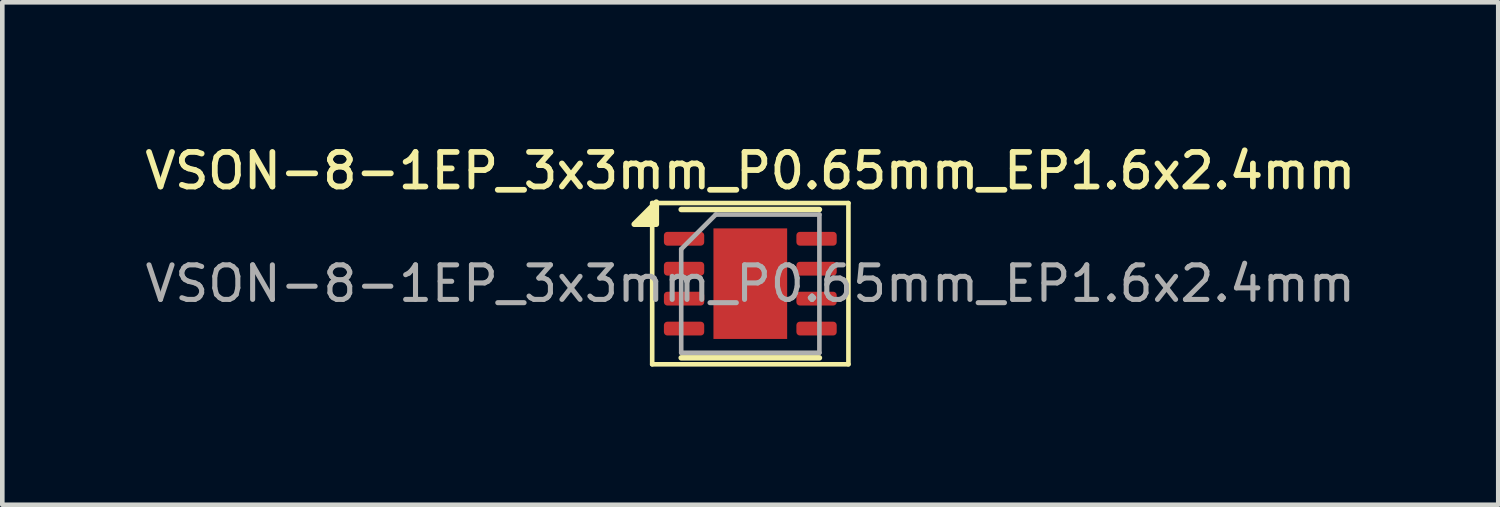
<source format=kicad_pcb>
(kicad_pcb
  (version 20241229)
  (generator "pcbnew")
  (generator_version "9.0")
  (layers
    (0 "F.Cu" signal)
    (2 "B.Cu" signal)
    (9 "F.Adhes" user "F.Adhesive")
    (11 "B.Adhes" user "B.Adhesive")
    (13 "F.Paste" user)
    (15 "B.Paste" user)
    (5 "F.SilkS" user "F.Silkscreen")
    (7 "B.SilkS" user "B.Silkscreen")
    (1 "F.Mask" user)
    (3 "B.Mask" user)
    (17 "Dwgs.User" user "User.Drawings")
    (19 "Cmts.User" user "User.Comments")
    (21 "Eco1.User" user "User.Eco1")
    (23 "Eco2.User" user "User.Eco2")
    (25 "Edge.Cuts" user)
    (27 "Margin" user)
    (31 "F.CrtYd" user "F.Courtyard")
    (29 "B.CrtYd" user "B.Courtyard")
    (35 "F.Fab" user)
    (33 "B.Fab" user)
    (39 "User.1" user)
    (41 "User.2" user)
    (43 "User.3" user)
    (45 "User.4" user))
  (footprint "VSON-8-1EP_3x3mm_P0.65mm_EP1.6x2.4mm"
    (layer "F.Cu")
    (at 13.238 3.108)
    (property "Reference" "VSON-8-1EP_3x3mm_P0.65mm_EP1.6x2.4mm" (at 0 -2.45 0) (layer "F.SilkS") (effects (font (size 0.75 0.75) (thickness 0.125))))
    (attr smd)
    (fp_line (start -2.13 -1.75) (end -2.13 1.75) (stroke (width 0.1) (type solid)) (layer "F.SilkS"))
    (fp_line (start -2.13 1.75) (end 2.13 1.75) (stroke (width 0.1) (type solid)) (layer "F.SilkS"))
    (fp_line (start -1.5 -1.61) (end 1.5 -1.61) (stroke (width 0.12) (type solid)) (layer "F.SilkS"))
    (fp_line (start -1.5 1.61) (end 1.5 1.61) (stroke (width 0.12) (type solid)) (layer "F.SilkS"))
    (fp_line (start 2.13 -1.75) (end -2.13 -1.75) (stroke (width 0.1) (type solid)) (layer "F.SilkS"))
    (fp_line (start 2.13 1.75) (end 2.13 -1.75) (stroke (width 0.1) (type solid)) (layer "F.SilkS"))
    (fp_poly (pts (xy -2.04 -1.29) (xy -2.52 -1.29) (xy -2.04 -1.77) (xy -2.04 -1.29)) (stroke (width 0.12) (type solid)) (fill yes) (layer "F.SilkS"))
    (fp_line (start -1.5 -0.75) (end -0.75 -1.5) (stroke (width 0.1) (type solid)) (layer "F.Fab"))
    (fp_line (start -1.5 1.5) (end -1.5 -0.75) (stroke (width 0.1) (type solid)) (layer "F.Fab"))
    (fp_line (start -0.75 -1.5) (end 1.5 -1.5) (stroke (width 0.1) (type solid)) (layer "F.Fab"))
    (fp_line (start 1.5 -1.5) (end 1.5 1.5) (stroke (width 0.1) (type solid)) (layer "F.Fab"))
    (fp_line (start 1.5 1.5) (end -1.5 1.5) (stroke (width 0.1) (type solid)) (layer "F.Fab"))
    (fp_text user "${REFERENCE}" (at 0 0 0) (layer "F.Fab") (effects (font (size 0.75 0.75) (thickness 0.11))))
    (pad "" smd roundrect (at 0 0) (size 1.29 1.93) (layers "F.Paste") (roundrect_rratio 0.194))
    (pad "1" smd roundrect (at -1.438 -0.975) (size 0.875 0.3) (layers "F.Cu" "F.Mask" "F.Paste") (roundrect_rratio 0.25))
    (pad "2" smd roundrect (at -1.438 -0.325) (size 0.875 0.3) (layers "F.Cu" "F.Mask" "F.Paste") (roundrect_rratio 0.25))
    (pad "3" smd roundrect (at -1.438 0.325) (size 0.875 0.3) (layers "F.Cu" "F.Mask" "F.Paste") (roundrect_rratio 0.25))
    (pad "4" smd roundrect (at -1.438 0.975) (size 0.875 0.3) (layers "F.Cu" "F.Mask" "F.Paste") (roundrect_rratio 0.25))
    (pad "5" smd roundrect (at 1.438 0.975) (size 0.875 0.3) (layers "F.Cu" "F.Mask" "F.Paste") (roundrect_rratio 0.25))
    (pad "6" smd roundrect (at 1.438 0.325) (size 0.875 0.3) (layers "F.Cu" "F.Mask" "F.Paste") (roundrect_rratio 0.25))
    (pad "7" smd roundrect (at 1.438 -0.325) (size 0.875 0.3) (layers "F.Cu" "F.Mask" "F.Paste") (roundrect_rratio 0.25))
    (pad "8" smd roundrect (at 1.438 -0.975) (size 0.875 0.3) (layers "F.Cu" "F.Mask" "F.Paste") (roundrect_rratio 0.25))
    (pad "9" smd rect (at 0 0) (size 1.6 2.4) (property pad_prop_heatsink) (layers "F.Cu" "F.Mask")))
  (gr_rect
    (start -3 -3)
    (end 29.475 7.908)
    (stroke (width 0.1) (type default))
    (fill no)
    (layer "Edge.Cuts")))
</source>
